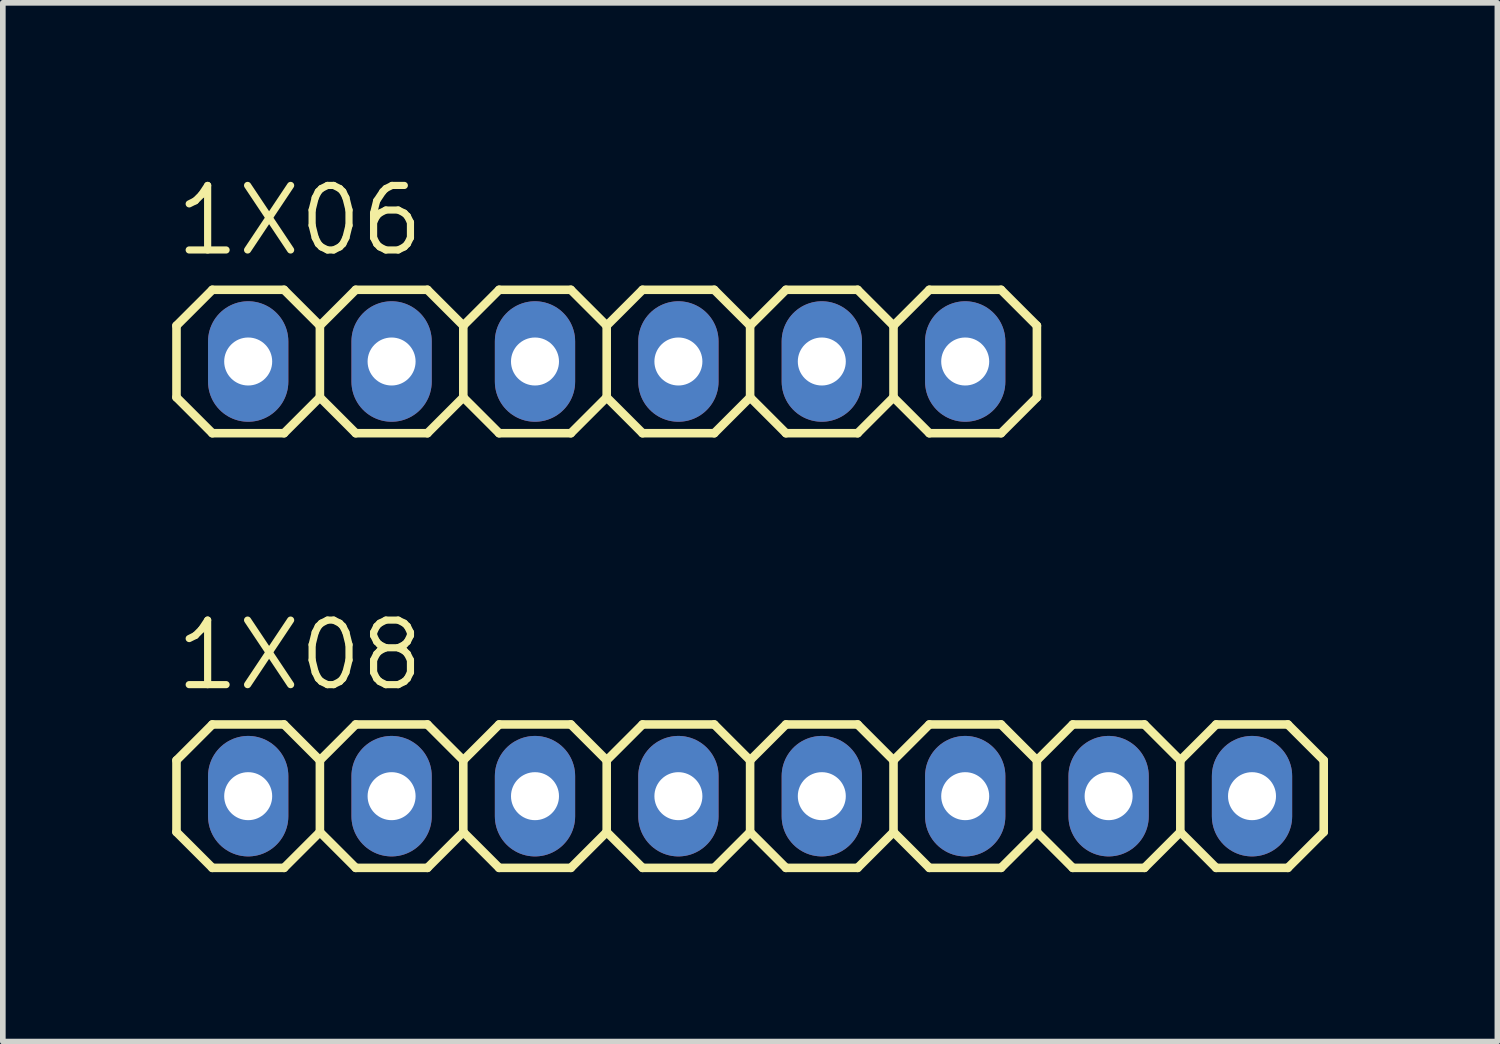
<source format=kicad_pcb>
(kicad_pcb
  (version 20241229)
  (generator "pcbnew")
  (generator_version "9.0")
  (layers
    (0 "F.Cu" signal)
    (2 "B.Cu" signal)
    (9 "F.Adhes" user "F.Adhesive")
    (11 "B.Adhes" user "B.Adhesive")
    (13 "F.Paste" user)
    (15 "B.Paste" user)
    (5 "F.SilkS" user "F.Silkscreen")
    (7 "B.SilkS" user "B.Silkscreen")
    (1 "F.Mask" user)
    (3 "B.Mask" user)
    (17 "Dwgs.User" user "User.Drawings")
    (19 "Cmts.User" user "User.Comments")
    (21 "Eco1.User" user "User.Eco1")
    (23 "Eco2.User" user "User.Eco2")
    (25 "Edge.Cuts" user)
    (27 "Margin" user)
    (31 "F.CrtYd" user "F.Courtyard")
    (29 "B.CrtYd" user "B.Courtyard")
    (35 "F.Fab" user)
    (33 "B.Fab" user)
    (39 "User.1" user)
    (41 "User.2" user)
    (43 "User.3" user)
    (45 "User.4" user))
  (footprint "1X08"
    (layer "F.Cu")
    (at 10.236 11.052)
    (property "Reference" "1X08" (at -10.236 -1.829 0) (unlocked yes) (layer "F.SilkS") (effects (font (size 1.143 1.143) (thickness 0.127)) (justify left bottom)))
    (fp_line (start -10.16 -0.635) (end -10.16 0.635) (stroke (width 0.152) (type solid)) (layer "F.SilkS"))
    (fp_line (start -10.16 0.635) (end -9.525 1.27) (stroke (width 0.152) (type solid)) (layer "F.SilkS"))
    (fp_line (start -9.525 -1.27) (end -10.16 -0.635) (stroke (width 0.152) (type solid)) (layer "F.SilkS"))
    (fp_line (start -9.525 -1.27) (end -8.255 -1.27) (stroke (width 0.152) (type solid)) (layer "F.SilkS"))
    (fp_line (start -8.255 -1.27) (end -7.62 -0.635) (stroke (width 0.152) (type solid)) (layer "F.SilkS"))
    (fp_line (start -8.255 1.27) (end -9.525 1.27) (stroke (width 0.152) (type solid)) (layer "F.SilkS"))
    (fp_line (start -7.62 -0.635) (end -7.62 0.635) (stroke (width 0.152) (type solid)) (layer "F.SilkS"))
    (fp_line (start -7.62 -0.635) (end -6.985 -1.27) (stroke (width 0.152) (type solid)) (layer "F.SilkS"))
    (fp_line (start -7.62 0.635) (end -8.255 1.27) (stroke (width 0.152) (type solid)) (layer "F.SilkS"))
    (fp_line (start -6.985 -1.27) (end -5.715 -1.27) (stroke (width 0.152) (type solid)) (layer "F.SilkS"))
    (fp_line (start -6.985 1.27) (end -7.62 0.635) (stroke (width 0.152) (type solid)) (layer "F.SilkS"))
    (fp_line (start -5.715 -1.27) (end -5.08 -0.635) (stroke (width 0.152) (type solid)) (layer "F.SilkS"))
    (fp_line (start -5.715 1.27) (end -6.985 1.27) (stroke (width 0.152) (type solid)) (layer "F.SilkS"))
    (fp_line (start -5.08 -0.635) (end -5.08 0.635) (stroke (width 0.152) (type solid)) (layer "F.SilkS"))
    (fp_line (start -5.08 -0.635) (end -4.445 -1.27) (stroke (width 0.152) (type solid)) (layer "F.SilkS"))
    (fp_line (start -5.08 0.635) (end -5.715 1.27) (stroke (width 0.152) (type solid)) (layer "F.SilkS"))
    (fp_line (start -4.445 -1.27) (end -3.175 -1.27) (stroke (width 0.152) (type solid)) (layer "F.SilkS"))
    (fp_line (start -4.445 1.27) (end -5.08 0.635) (stroke (width 0.152) (type solid)) (layer "F.SilkS"))
    (fp_line (start -3.175 -1.27) (end -2.54 -0.635) (stroke (width 0.152) (type solid)) (layer "F.SilkS"))
    (fp_line (start -3.175 1.27) (end -4.445 1.27) (stroke (width 0.152) (type solid)) (layer "F.SilkS"))
    (fp_line (start -2.54 -0.635) (end -2.54 0.635) (stroke (width 0.152) (type solid)) (layer "F.SilkS"))
    (fp_line (start -2.54 0.635) (end -3.175 1.27) (stroke (width 0.152) (type solid)) (layer "F.SilkS"))
    (fp_line (start -2.54 0.635) (end -1.905 1.27) (stroke (width 0.152) (type solid)) (layer "F.SilkS"))
    (fp_line (start -1.905 -1.27) (end -2.54 -0.635) (stroke (width 0.152) (type solid)) (layer "F.SilkS"))
    (fp_line (start -1.905 -1.27) (end -0.635 -1.27) (stroke (width 0.152) (type solid)) (layer "F.SilkS"))
    (fp_line (start -0.635 -1.27) (end 0 -0.635) (stroke (width 0.152) (type solid)) (layer "F.SilkS"))
    (fp_line (start -0.635 1.27) (end -1.905 1.27) (stroke (width 0.152) (type solid)) (layer "F.SilkS"))
    (fp_line (start 0 -0.635) (end 0 0.635) (stroke (width 0.152) (type solid)) (layer "F.SilkS"))
    (fp_line (start 0 -0.635) (end 0.635 -1.27) (stroke (width 0.152) (type solid)) (layer "F.SilkS"))
    (fp_line (start 0 0.635) (end -0.635 1.27) (stroke (width 0.152) (type solid)) (layer "F.SilkS"))
    (fp_line (start 0.635 -1.27) (end 1.905 -1.27) (stroke (width 0.152) (type solid)) (layer "F.SilkS"))
    (fp_line (start 0.635 1.27) (end 0 0.635) (stroke (width 0.152) (type solid)) (layer "F.SilkS"))
    (fp_line (start 1.905 -1.27) (end 2.54 -0.635) (stroke (width 0.152) (type solid)) (layer "F.SilkS"))
    (fp_line (start 1.905 1.27) (end 0.635 1.27) (stroke (width 0.152) (type solid)) (layer "F.SilkS"))
    (fp_line (start 2.54 -0.635) (end 2.54 0.635) (stroke (width 0.152) (type solid)) (layer "F.SilkS"))
    (fp_line (start 2.54 -0.635) (end 3.175 -1.27) (stroke (width 0.152) (type solid)) (layer "F.SilkS"))
    (fp_line (start 2.54 0.635) (end 1.905 1.27) (stroke (width 0.152) (type solid)) (layer "F.SilkS"))
    (fp_line (start 3.175 -1.27) (end 4.445 -1.27) (stroke (width 0.152) (type solid)) (layer "F.SilkS"))
    (fp_line (start 3.175 1.27) (end 2.54 0.635) (stroke (width 0.152) (type solid)) (layer "F.SilkS"))
    (fp_line (start 4.445 -1.27) (end 5.08 -0.635) (stroke (width 0.152) (type solid)) (layer "F.SilkS"))
    (fp_line (start 4.445 1.27) (end 3.175 1.27) (stroke (width 0.152) (type solid)) (layer "F.SilkS"))
    (fp_line (start 5.08 -0.635) (end 5.08 0.635) (stroke (width 0.152) (type solid)) (layer "F.SilkS"))
    (fp_line (start 5.08 0.635) (end 4.445 1.27) (stroke (width 0.152) (type solid)) (layer "F.SilkS"))
    (fp_line (start 5.08 0.635) (end 5.715 1.27) (stroke (width 0.152) (type solid)) (layer "F.SilkS"))
    (fp_line (start 5.715 -1.27) (end 5.08 -0.635) (stroke (width 0.152) (type solid)) (layer "F.SilkS"))
    (fp_line (start 5.715 -1.27) (end 6.985 -1.27) (stroke (width 0.152) (type solid)) (layer "F.SilkS"))
    (fp_line (start 6.985 -1.27) (end 7.62 -0.635) (stroke (width 0.152) (type solid)) (layer "F.SilkS"))
    (fp_line (start 6.985 1.27) (end 5.715 1.27) (stroke (width 0.152) (type solid)) (layer "F.SilkS"))
    (fp_line (start 7.62 -0.635) (end 7.62 0.635) (stroke (width 0.152) (type solid)) (layer "F.SilkS"))
    (fp_line (start 7.62 0.635) (end 6.985 1.27) (stroke (width 0.152) (type solid)) (layer "F.SilkS"))
    (fp_line (start 7.62 0.635) (end 8.255 1.27) (stroke (width 0.152) (type solid)) (layer "F.SilkS"))
    (fp_line (start 8.255 -1.27) (end 7.62 -0.635) (stroke (width 0.152) (type solid)) (layer "F.SilkS"))
    (fp_line (start 8.255 -1.27) (end 9.525 -1.27) (stroke (width 0.152) (type solid)) (layer "F.SilkS"))
    (fp_line (start 9.525 -1.27) (end 10.16 -0.635) (stroke (width 0.152) (type solid)) (layer "F.SilkS"))
    (fp_line (start 9.525 1.27) (end 8.255 1.27) (stroke (width 0.152) (type solid)) (layer "F.SilkS"))
    (fp_line (start 10.16 -0.635) (end 10.16 0.635) (stroke (width 0.152) (type solid)) (layer "F.SilkS"))
    (fp_line (start 10.16 0.635) (end 9.525 1.27) (stroke (width 0.152) (type solid)) (layer "F.SilkS"))
    (fp_poly (pts (xy -9.144 0.254) (xy -8.636 0.254) (xy -8.636 -0.254) (xy -9.144 -0.254)) (stroke (width 0.1) (type default)) (fill no) (layer "F.Fab"))
    (fp_poly (pts (xy -6.604 0.254) (xy -6.096 0.254) (xy -6.096 -0.254) (xy -6.604 -0.254)) (stroke (width 0.1) (type default)) (fill no) (layer "F.Fab"))
    (fp_poly (pts (xy -4.064 0.254) (xy -3.556 0.254) (xy -3.556 -0.254) (xy -4.064 -0.254)) (stroke (width 0.1) (type default)) (fill no) (layer "F.Fab"))
    (fp_poly (pts (xy -1.524 0.254) (xy -1.016 0.254) (xy -1.016 -0.254) (xy -1.524 -0.254)) (stroke (width 0.1) (type default)) (fill no) (layer "F.Fab"))
    (fp_poly (pts (xy 1.016 0.254) (xy 1.524 0.254) (xy 1.524 -0.254) (xy 1.016 -0.254)) (stroke (width 0.1) (type default)) (fill no) (layer "F.Fab"))
    (fp_poly (pts (xy 3.556 0.254) (xy 4.064 0.254) (xy 4.064 -0.254) (xy 3.556 -0.254)) (stroke (width 0.1) (type default)) (fill no) (layer "F.Fab"))
    (fp_poly (pts (xy 6.096 0.254) (xy 6.604 0.254) (xy 6.604 -0.254) (xy 6.096 -0.254)) (stroke (width 0.1) (type default)) (fill no) (layer "F.Fab"))
    (fp_poly (pts (xy 8.636 0.254) (xy 9.144 0.254) (xy 9.144 -0.254) (xy 8.636 -0.254)) (stroke (width 0.1) (type default)) (fill no) (layer "F.Fab"))
    (pad "1" thru_hole oval (at -8.89 0 90) (size 2.134 1.422) (drill 0.85) (layers "*.Cu" "*.Mask"))
    (pad "2" thru_hole oval (at -6.35 0 90) (size 2.134 1.422) (drill 0.85) (layers "*.Cu" "*.Mask"))
    (pad "3" thru_hole oval (at -3.81 0 90) (size 2.134 1.422) (drill 0.85) (layers "*.Cu" "*.Mask"))
    (pad "4" thru_hole oval (at -1.27 0 90) (size 2.134 1.422) (drill 0.85) (layers "*.Cu" "*.Mask"))
    (pad "5" thru_hole oval (at 1.27 0 90) (size 2.134 1.422) (drill 0.85) (layers "*.Cu" "*.Mask"))
    (pad "6" thru_hole oval (at 3.81 0 90) (size 2.134 1.422) (drill 0.85) (layers "*.Cu" "*.Mask"))
    (pad "7" thru_hole oval (at 6.35 0 90) (size 2.134 1.422) (drill 0.85) (layers "*.Cu" "*.Mask"))
    (pad "8" thru_hole oval (at 8.89 0 90) (size 2.134 1.422) (drill 0.85) (layers "*.Cu" "*.Mask")))
  (footprint "1X06"
    (layer "F.Cu")
    (at 7.696 3.353)
    (property "Reference" "1X06" (at -7.696 -1.829 0) (unlocked yes) (layer "F.SilkS") (effects (font (size 1.143 1.143) (thickness 0.127)) (justify left bottom)))
    (fp_line (start -7.62 -0.635) (end -7.62 0.635) (stroke (width 0.152) (type solid)) (layer "F.SilkS"))
    (fp_line (start -7.62 0.635) (end -6.985 1.27) (stroke (width 0.152) (type solid)) (layer "F.SilkS"))
    (fp_line (start -6.985 -1.27) (end -7.62 -0.635) (stroke (width 0.152) (type solid)) (layer "F.SilkS"))
    (fp_line (start -6.985 -1.27) (end -5.715 -1.27) (stroke (width 0.152) (type solid)) (layer "F.SilkS"))
    (fp_line (start -5.715 -1.27) (end -5.08 -0.635) (stroke (width 0.152) (type solid)) (layer "F.SilkS"))
    (fp_line (start -5.715 1.27) (end -6.985 1.27) (stroke (width 0.152) (type solid)) (layer "F.SilkS"))
    (fp_line (start -5.08 -0.635) (end -5.08 0.635) (stroke (width 0.152) (type solid)) (layer "F.SilkS"))
    (fp_line (start -5.08 -0.635) (end -4.445 -1.27) (stroke (width 0.152) (type solid)) (layer "F.SilkS"))
    (fp_line (start -5.08 0.635) (end -5.715 1.27) (stroke (width 0.152) (type solid)) (layer "F.SilkS"))
    (fp_line (start -4.445 -1.27) (end -3.175 -1.27) (stroke (width 0.152) (type solid)) (layer "F.SilkS"))
    (fp_line (start -4.445 1.27) (end -5.08 0.635) (stroke (width 0.152) (type solid)) (layer "F.SilkS"))
    (fp_line (start -3.175 -1.27) (end -2.54 -0.635) (stroke (width 0.152) (type solid)) (layer "F.SilkS"))
    (fp_line (start -3.175 1.27) (end -4.445 1.27) (stroke (width 0.152) (type solid)) (layer "F.SilkS"))
    (fp_line (start -2.54 -0.635) (end -2.54 0.635) (stroke (width 0.152) (type solid)) (layer "F.SilkS"))
    (fp_line (start -2.54 -0.635) (end -1.905 -1.27) (stroke (width 0.152) (type solid)) (layer "F.SilkS"))
    (fp_line (start -2.54 0.635) (end -3.175 1.27) (stroke (width 0.152) (type solid)) (layer "F.SilkS"))
    (fp_line (start -1.905 -1.27) (end -0.635 -1.27) (stroke (width 0.152) (type solid)) (layer "F.SilkS"))
    (fp_line (start -1.905 1.27) (end -2.54 0.635) (stroke (width 0.152) (type solid)) (layer "F.SilkS"))
    (fp_line (start -0.635 -1.27) (end 0 -0.635) (stroke (width 0.152) (type solid)) (layer "F.SilkS"))
    (fp_line (start -0.635 1.27) (end -1.905 1.27) (stroke (width 0.152) (type solid)) (layer "F.SilkS"))
    (fp_line (start 0 -0.635) (end 0 0.635) (stroke (width 0.152) (type solid)) (layer "F.SilkS"))
    (fp_line (start 0 0.635) (end -0.635 1.27) (stroke (width 0.152) (type solid)) (layer "F.SilkS"))
    (fp_line (start 0 0.635) (end 0.635 1.27) (stroke (width 0.152) (type solid)) (layer "F.SilkS"))
    (fp_line (start 0.635 -1.27) (end 0 -0.635) (stroke (width 0.152) (type solid)) (layer "F.SilkS"))
    (fp_line (start 0.635 -1.27) (end 1.905 -1.27) (stroke (width 0.152) (type solid)) (layer "F.SilkS"))
    (fp_line (start 1.905 -1.27) (end 2.54 -0.635) (stroke (width 0.152) (type solid)) (layer "F.SilkS"))
    (fp_line (start 1.905 1.27) (end 0.635 1.27) (stroke (width 0.152) (type solid)) (layer "F.SilkS"))
    (fp_line (start 2.54 -0.635) (end 2.54 0.635) (stroke (width 0.152) (type solid)) (layer "F.SilkS"))
    (fp_line (start 2.54 -0.635) (end 3.175 -1.27) (stroke (width 0.152) (type solid)) (layer "F.SilkS"))
    (fp_line (start 2.54 0.635) (end 1.905 1.27) (stroke (width 0.152) (type solid)) (layer "F.SilkS"))
    (fp_line (start 3.175 -1.27) (end 4.445 -1.27) (stroke (width 0.152) (type solid)) (layer "F.SilkS"))
    (fp_line (start 3.175 1.27) (end 2.54 0.635) (stroke (width 0.152) (type solid)) (layer "F.SilkS"))
    (fp_line (start 4.445 -1.27) (end 5.08 -0.635) (stroke (width 0.152) (type solid)) (layer "F.SilkS"))
    (fp_line (start 4.445 1.27) (end 3.175 1.27) (stroke (width 0.152) (type solid)) (layer "F.SilkS"))
    (fp_line (start 5.08 -0.635) (end 5.08 0.635) (stroke (width 0.152) (type solid)) (layer "F.SilkS"))
    (fp_line (start 5.08 0.635) (end 4.445 1.27) (stroke (width 0.152) (type solid)) (layer "F.SilkS"))
    (fp_line (start 5.08 0.635) (end 5.715 1.27) (stroke (width 0.152) (type solid)) (layer "F.SilkS"))
    (fp_line (start 5.715 -1.27) (end 5.08 -0.635) (stroke (width 0.152) (type solid)) (layer "F.SilkS"))
    (fp_line (start 5.715 -1.27) (end 6.985 -1.27) (stroke (width 0.152) (type solid)) (layer "F.SilkS"))
    (fp_line (start 6.985 -1.27) (end 7.62 -0.635) (stroke (width 0.152) (type solid)) (layer "F.SilkS"))
    (fp_line (start 6.985 1.27) (end 5.715 1.27) (stroke (width 0.152) (type solid)) (layer "F.SilkS"))
    (fp_line (start 7.62 -0.635) (end 7.62 0.635) (stroke (width 0.152) (type solid)) (layer "F.SilkS"))
    (fp_line (start 7.62 0.635) (end 6.985 1.27) (stroke (width 0.152) (type solid)) (layer "F.SilkS"))
    (fp_poly (pts (xy -6.604 0.254) (xy -6.096 0.254) (xy -6.096 -0.254) (xy -6.604 -0.254)) (stroke (width 0.1) (type default)) (fill no) (layer "F.Fab"))
    (fp_poly (pts (xy -4.064 0.254) (xy -3.556 0.254) (xy -3.556 -0.254) (xy -4.064 -0.254)) (stroke (width 0.1) (type default)) (fill no) (layer "F.Fab"))
    (fp_poly (pts (xy -1.524 0.254) (xy -1.016 0.254) (xy -1.016 -0.254) (xy -1.524 -0.254)) (stroke (width 0.1) (type default)) (fill no) (layer "F.Fab"))
    (fp_poly (pts (xy 1.016 0.254) (xy 1.524 0.254) (xy 1.524 -0.254) (xy 1.016 -0.254)) (stroke (width 0.1) (type default)) (fill no) (layer "F.Fab"))
    (fp_poly (pts (xy 3.556 0.254) (xy 4.064 0.254) (xy 4.064 -0.254) (xy 3.556 -0.254)) (stroke (width 0.1) (type default)) (fill no) (layer "F.Fab"))
    (fp_poly (pts (xy 6.096 0.254) (xy 6.604 0.254) (xy 6.604 -0.254) (xy 6.096 -0.254)) (stroke (width 0.1) (type default)) (fill no) (layer "F.Fab"))
    (pad "1" thru_hole oval (at -6.35 0 90) (size 2.134 1.422) (drill 0.85) (layers "*.Cu" "*.Mask"))
    (pad "2" thru_hole oval (at -3.81 0 90) (size 2.134 1.422) (drill 0.85) (layers "*.Cu" "*.Mask"))
    (pad "3" thru_hole oval (at -1.27 0 90) (size 2.134 1.422) (drill 0.85) (layers "*.Cu" "*.Mask"))
    (pad "4" thru_hole oval (at 1.27 0 90) (size 2.134 1.422) (drill 0.85) (layers "*.Cu" "*.Mask"))
    (pad "5" thru_hole oval (at 3.81 0 90) (size 2.134 1.422) (drill 0.85) (layers "*.Cu" "*.Mask"))
    (pad "6" thru_hole oval (at 6.35 0 90) (size 2.134 1.422) (drill 0.85) (layers "*.Cu" "*.Mask")))
  (gr_rect
    (start -3 -3)
    (end 23.472 15.398)
    (stroke (width 0.1) (type default))
    (fill no)
    (layer "Edge.Cuts")))
</source>
